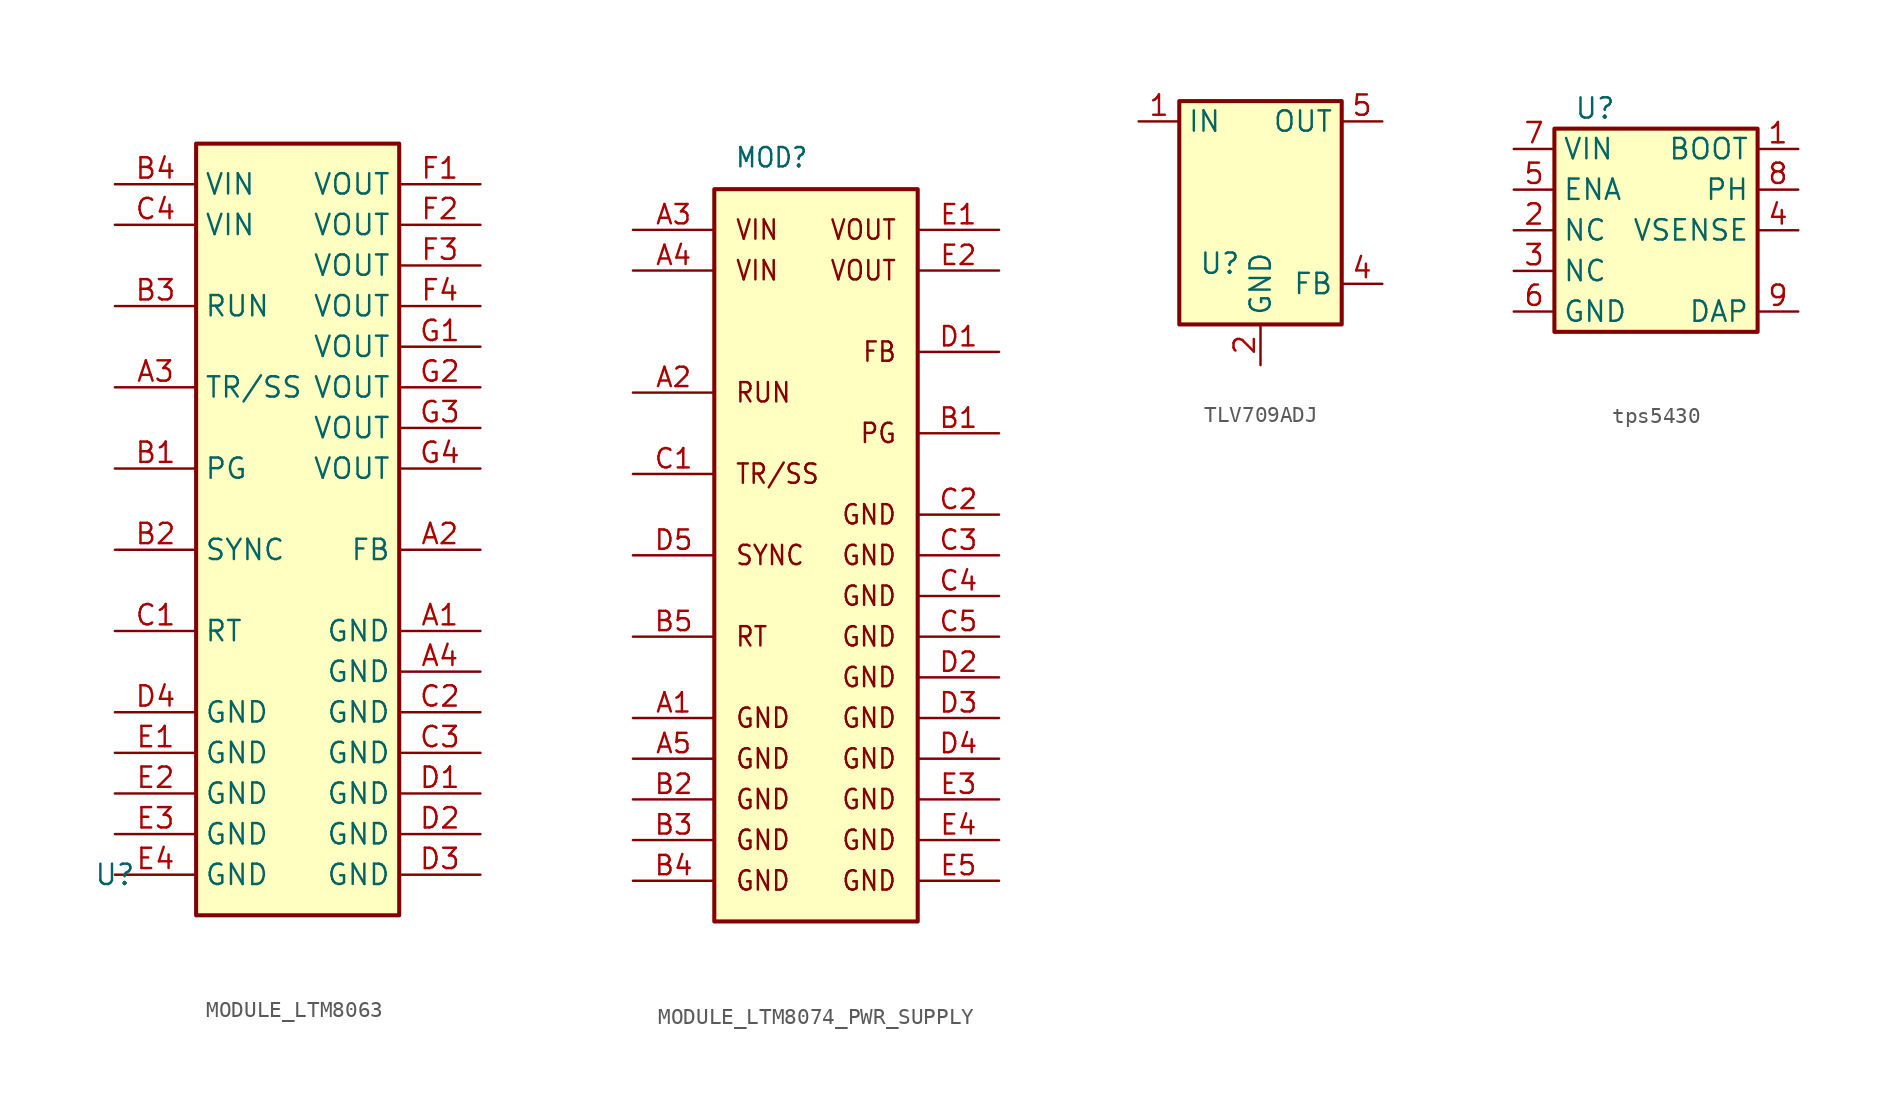
<source format=kicad_sym>
(kicad_symbol_lib
  (version 20231120)
  (generator "kicad_symbol_editor")
  (generator_version "8.0")
  (symbol "MODULE_LTM8063"
    (property "Reference" "U"
      (at 0 0 0)
      (effects (font (size 1.27 1.27))))
    (property "Value" ""
      (at 0 0 0)
      (effects (font (size 1.27 1.27))))
    (symbol "MODULE_LTM8063_1_1"
      (rectangle (start 5.08 45.72) (end 17.78 -2.54) (stroke (width 0.254) (type default)) (fill (type background)))
      (pin passive line (at 22.86 15.24 180) (length 5.08) (name "GND" (effects (font (size 1.27 1.27)))) (number "A1" (effects (font (size 1.27 1.27)))))
      (pin passive line (at 22.86 20.32 180) (length 5.08) (name "FB" (effects (font (size 1.27 1.27)))) (number "A2" (effects (font (size 1.27 1.27)))))
      (pin passive line (at 0 30.48 0) (length 5.08) (name "TR/SS" (effects (font (size 1.27 1.27)))) (number "A3" (effects (font (size 1.27 1.27)))))
      (pin passive line (at 22.86 12.7 180) (length 5.08) (name "GND" (effects (font (size 1.27 1.27)))) (number "A4" (effects (font (size 1.27 1.27)))))
      (pin passive line (at 0 25.4 0) (length 5.08) (name "PG" (effects (font (size 1.27 1.27)))) (number "B1" (effects (font (size 1.27 1.27)))))
      (pin passive line (at 0 20.32 0) (length 5.08) (name "SYNC" (effects (font (size 1.27 1.27)))) (number "B2" (effects (font (size 1.27 1.27)))))
      (pin passive line (at 0 35.56 0) (length 5.08) (name "RUN" (effects (font (size 1.27 1.27)))) (number "B3" (effects (font (size 1.27 1.27)))))
      (pin passive line (at 0 43.18 0) (length 5.08) (name "VIN" (effects (font (size 1.27 1.27)))) (number "B4" (effects (font (size 1.27 1.27)))))
      (pin passive line (at 0 15.24 0) (length 5.08) (name "RT" (effects (font (size 1.27 1.27)))) (number "C1" (effects (font (size 1.27 1.27)))))
      (pin passive line (at 22.86 10.16 180) (length 5.08) (name "GND" (effects (font (size 1.27 1.27)))) (number "C2" (effects (font (size 1.27 1.27)))))
      (pin passive line (at 22.86 7.62 180) (length 5.08) (name "GND" (effects (font (size 1.27 1.27)))) (number "C3" (effects (font (size 1.27 1.27)))))
      (pin passive line (at 0 40.64 0) (length 5.08) (name "VIN" (effects (font (size 1.27 1.27)))) (number "C4" (effects (font (size 1.27 1.27)))))
      (pin passive line (at 22.86 5.08 180) (length 5.08) (name "GND" (effects (font (size 1.27 1.27)))) (number "D1" (effects (font (size 1.27 1.27)))))
      (pin passive line (at 22.86 2.54 180) (length 5.08) (name "GND" (effects (font (size 1.27 1.27)))) (number "D2" (effects (font (size 1.27 1.27)))))
      (pin passive line (at 22.86 0 180) (length 5.08) (name "GND" (effects (font (size 1.27 1.27)))) (number "D3" (effects (font (size 1.27 1.27)))))
      (pin passive line (at 0 10.16 0) (length 5.08) (name "GND" (effects (font (size 1.27 1.27)))) (number "D4" (effects (font (size 1.27 1.27)))))
      (pin passive line (at 0 7.62 0) (length 5.08) (name "GND" (effects (font (size 1.27 1.27)))) (number "E1" (effects (font (size 1.27 1.27)))))
      (pin passive line (at 0 5.08 0) (length 5.08) (name "GND" (effects (font (size 1.27 1.27)))) (number "E2" (effects (font (size 1.27 1.27)))))
      (pin passive line (at 0 2.54 0) (length 5.08) (name "GND" (effects (font (size 1.27 1.27)))) (number "E3" (effects (font (size 1.27 1.27)))))
      (pin passive line (at 0 0 0) (length 5.08) (name "GND" (effects (font (size 1.27 1.27)))) (number "E4" (effects (font (size 1.27 1.27)))))
      (pin passive line (at 22.86 43.18 180) (length 5.08) (name "VOUT" (effects (font (size 1.27 1.27)))) (number "F1" (effects (font (size 1.27 1.27)))))
      (pin passive line (at 22.86 40.64 180) (length 5.08) (name "VOUT" (effects (font (size 1.27 1.27)))) (number "F2" (effects (font (size 1.27 1.27)))))
      (pin passive line (at 22.86 38.1 180) (length 5.08) (name "VOUT" (effects (font (size 1.27 1.27)))) (number "F3" (effects (font (size 1.27 1.27)))))
      (pin passive line (at 22.86 35.56 180) (length 5.08) (name "VOUT" (effects (font (size 1.27 1.27)))) (number "F4" (effects (font (size 1.27 1.27)))))
      (pin passive line (at 22.86 33.02 180) (length 5.08) (name "VOUT" (effects (font (size 1.27 1.27)))) (number "G1" (effects (font (size 1.27 1.27)))))
      (pin passive line (at 22.86 30.48 180) (length 5.08) (name "VOUT" (effects (font (size 1.27 1.27)))) (number "G2" (effects (font (size 1.27 1.27)))))
      (pin passive line (at 22.86 27.94 180) (length 5.08) (name "VOUT" (effects (font (size 1.27 1.27)))) (number "G3" (effects (font (size 1.27 1.27)))))
      (pin passive line (at 22.86 25.4 180) (length 5.08) (name "VOUT" (effects (font (size 1.27 1.27)))) (number "G4" (effects (font (size 1.27 1.27)))))))
  (symbol "MODULE_LTM8074_PWR_SUPPLY"
    (property "Reference" "MOD"
      (at 6.35 44.45 0)
      (effects (font (size 1.206 1.092) (thickness 0.152)) (justify left bottom)))
    (symbol "MODULE_LTM8074_PWR_SUPPLY_1_0"
      (polyline (pts (xy 5.08 -2.54) (xy 17.78 -2.54) (xy 17.78 43.18) (xy 5.08 43.18) (xy 5.08 -2.54)) (stroke (width 0.254) (type solid)) (fill (type background)))
      (text "FB" (at 16.51 33.02 0) (effects (font (size 1.206 1.092) (thickness 0.152)) (justify right)))
      (text "GND" (at 6.35 0 0) (effects (font (size 1.206 1.092) (thickness 0.152)) (justify left)))
      (text "GND" (at 6.35 2.54 0) (effects (font (size 1.206 1.092) (thickness 0.152)) (justify left)))
      (text "GND" (at 6.35 5.08 0) (effects (font (size 1.206 1.092) (thickness 0.152)) (justify left)))
      (text "GND" (at 6.35 7.62 0) (effects (font (size 1.206 1.092) (thickness 0.152)) (justify left)))
      (text "GND" (at 6.35 10.16 0) (effects (font (size 1.206 1.092) (thickness 0.152)) (justify left)))
      (text "GND" (at 16.51 0 0) (effects (font (size 1.206 1.092) (thickness 0.152)) (justify right)))
      (text "GND" (at 16.51 2.54 0) (effects (font (size 1.206 1.092) (thickness 0.152)) (justify right)))
      (text "GND" (at 16.51 5.08 0) (effects (font (size 1.206 1.092) (thickness 0.152)) (justify right)))
      (text "GND" (at 16.51 7.62 0) (effects (font (size 1.206 1.092) (thickness 0.152)) (justify right)))
      (text "GND" (at 16.51 10.16 0) (effects (font (size 1.206 1.092) (thickness 0.152)) (justify right)))
      (text "GND" (at 16.51 12.7 0) (effects (font (size 1.206 1.092) (thickness 0.152)) (justify right)))
      (text "GND" (at 16.51 15.24 0) (effects (font (size 1.206 1.092) (thickness 0.152)) (justify right)))
      (text "GND" (at 16.51 17.78 0) (effects (font (size 1.206 1.092) (thickness 0.152)) (justify right)))
      (text "GND" (at 16.51 20.32 0) (effects (font (size 1.206 1.092) (thickness 0.152)) (justify right)))
      (text "GND" (at 16.51 22.86 0) (effects (font (size 1.206 1.092) (thickness 0.152)) (justify right)))
      (text "PG" (at 16.51 27.94 0) (effects (font (size 1.206 1.092) (thickness 0.152)) (justify right)))
      (text "RT" (at 6.35 15.24 0) (effects (font (size 1.206 1.092) (thickness 0.152)) (justify left)))
      (text "RUN" (at 6.35 30.48 0) (effects (font (size 1.206 1.092) (thickness 0.152)) (justify left)))
      (text "SYNC" (at 6.35 20.32 0) (effects (font (size 1.206 1.092) (thickness 0.152)) (justify left)))
      (text "TR/SS" (at 6.35 25.4 0) (effects (font (size 1.206 1.092) (thickness 0.152)) (justify left)))
      (text "VIN" (at 6.35 38.1 0) (effects (font (size 1.206 1.092) (thickness 0.152)) (justify left)))
      (text "VIN" (at 6.35 40.64 0) (effects (font (size 1.206 1.092) (thickness 0.152)) (justify left)))
      (text "VOUT" (at 16.51 38.1 0) (effects (font (size 1.206 1.092) (thickness 0.152)) (justify right)))
      (text "VOUT" (at 16.51 40.64 0) (effects (font (size 1.206 1.092) (thickness 0.152)) (justify right)))
      (pin passive line (at 0 10.16 0) (length 5.08) (name "" (effects (font (size 1.206 1.206)))) (number "A1" (effects (font (size 1.206 1.206)))))
      (pin passive line (at 0 30.48 0) (length 5.08) (name "" (effects (font (size 1.206 1.206)))) (number "A2" (effects (font (size 1.206 1.206)))))
      (pin passive line (at 0 40.64 0) (length 5.08) (name "" (effects (font (size 1.206 1.206)))) (number "A3" (effects (font (size 1.206 1.206)))))
      (pin passive line (at 0 38.1 0) (length 5.08) (name "" (effects (font (size 1.206 1.206)))) (number "A4" (effects (font (size 1.206 1.206)))))
      (pin passive line (at 0 7.62 0) (length 5.08) (name "" (effects (font (size 1.206 1.206)))) (number "A5" (effects (font (size 1.206 1.206)))))
      (pin passive line (at 22.86 27.94 180) (length 5.08) (name "" (effects (font (size 1.206 1.206)))) (number "B1" (effects (font (size 1.206 1.206)))))
      (pin passive line (at 0 5.08 0) (length 5.08) (name "" (effects (font (size 1.206 1.206)))) (number "B2" (effects (font (size 1.206 1.206)))))
      (pin passive line (at 0 2.54 0) (length 5.08) (name "" (effects (font (size 1.206 1.206)))) (number "B3" (effects (font (size 1.206 1.206)))))
      (pin passive line (at 0 0 0) (length 5.08) (name "" (effects (font (size 1.206 1.206)))) (number "B4" (effects (font (size 1.206 1.206)))))
      (pin passive line (at 0 15.24 0) (length 5.08) (name "" (effects (font (size 1.206 1.206)))) (number "B5" (effects (font (size 1.206 1.206)))))
      (pin passive line (at 0 25.4 0) (length 5.08) (name "" (effects (font (size 1.206 1.206)))) (number "C1" (effects (font (size 1.206 1.206)))))
      (pin passive line (at 22.86 22.86 180) (length 5.08) (name "" (effects (font (size 1.206 1.206)))) (number "C2" (effects (font (size 1.206 1.206)))))
      (pin passive line (at 22.86 20.32 180) (length 5.08) (name "" (effects (font (size 1.206 1.206)))) (number "C3" (effects (font (size 1.206 1.206)))))
      (pin passive line (at 22.86 17.78 180) (length 5.08) (name "" (effects (font (size 1.206 1.206)))) (number "C4" (effects (font (size 1.206 1.206)))))
      (pin passive line (at 22.86 15.24 180) (length 5.08) (name "" (effects (font (size 1.206 1.206)))) (number "C5" (effects (font (size 1.206 1.206)))))
      (pin passive line (at 22.86 33.02 180) (length 5.08) (name "" (effects (font (size 1.206 1.206)))) (number "D1" (effects (font (size 1.206 1.206)))))
      (pin passive line (at 22.86 12.7 180) (length 5.08) (name "" (effects (font (size 1.206 1.206)))) (number "D2" (effects (font (size 1.206 1.206)))))
      (pin passive line (at 22.86 10.16 180) (length 5.08) (name "" (effects (font (size 1.206 1.206)))) (number "D3" (effects (font (size 1.206 1.206)))))
      (pin passive line (at 22.86 7.62 180) (length 5.08) (name "" (effects (font (size 1.206 1.206)))) (number "D4" (effects (font (size 1.206 1.206)))))
      (pin passive line (at 0 20.32 0) (length 5.08) (name "" (effects (font (size 1.206 1.206)))) (number "D5" (effects (font (size 1.206 1.206)))))
      (pin passive line (at 22.86 40.64 180) (length 5.08) (name "" (effects (font (size 1.206 1.206)))) (number "E1" (effects (font (size 1.206 1.206)))))
      (pin passive line (at 22.86 38.1 180) (length 5.08) (name "" (effects (font (size 1.206 1.206)))) (number "E2" (effects (font (size 1.206 1.206)))))
      (pin passive line (at 22.86 5.08 180) (length 5.08) (name "" (effects (font (size 1.206 1.206)))) (number "E3" (effects (font (size 1.206 1.206)))))
      (pin passive line (at 22.86 2.54 180) (length 5.08) (name "" (effects (font (size 1.206 1.206)))) (number "E4" (effects (font (size 1.206 1.206)))))
      (pin passive line (at 22.86 0 180) (length 5.08) (name "" (effects (font (size 1.206 1.206)))) (number "E5" (effects (font (size 1.206 1.206)))))))
  (symbol "TLV709ADJ"
    (property "Reference" "U"
      (at -2.54 6.35 0)
      (effects (font (size 1.27 1.27))))
    (property "Value" ""
      (at -5.08 7.62 0)
      (effects (font (size 1.27 1.27))))
    (symbol "TLV709ADJ_0_1"
      (rectangle (start -5.08 16.51) (end 5.08 2.54) (stroke (width 0.254) (type default)) (fill (type background))))
    (symbol "TLV709ADJ_1_1"
      (pin input line (at -7.62 15.24 0) (length 2.54) (name "IN" (effects (font (size 1.27 1.27)))) (number "1" (effects (font (size 1.27 1.27)))))
      (pin input line (at 0 0 90) (length 2.54) (name "GND" (effects (font (size 1.27 1.27)))) (number "2" (effects (font (size 1.27 1.27)))))
      (pin input line (at 7.62 5.08 180) (length 2.54) (name "FB" (effects (font (size 1.27 1.27)))) (number "4" (effects (font (size 1.27 1.27)))))
      (pin input line (at 7.62 15.24 180) (length 2.54) (name "OUT" (effects (font (size 1.27 1.27)))) (number "5" (effects (font (size 1.27 1.27)))))))
  (symbol "tps5430"
    (property "Reference" "U"
      (at 5.08 12.7 0)
      (effects (font (size 1.27 1.27))))
    (property "Value" ""
      (at 6.35 6.35 0)
      (effects (font (size 1.27 1.27))))
    (symbol "tps5430_1_1"
      (rectangle (start 2.54 11.43) (end 15.24 -1.27) (stroke (width 0.254) (type default)) (fill (type background)))
      (pin passive line (at 17.78 10.16 180) (length 2.54) (name "BOOT" (effects (font (size 1.27 1.27)))) (number "1" (effects (font (size 1.27 1.27)))))
      (pin passive line (at 0 5.08 0) (length 2.54) (name "NC" (effects (font (size 1.27 1.27)))) (number "2" (effects (font (size 1.27 1.27)))))
      (pin passive line (at 0 2.54 0) (length 2.54) (name "NC" (effects (font (size 1.27 1.27)))) (number "3" (effects (font (size 1.27 1.27)))))
      (pin passive line (at 17.78 5.08 180) (length 2.54) (name "VSENSE" (effects (font (size 1.27 1.27)))) (number "4" (effects (font (size 1.27 1.27)))))
      (pin input line (at 0 7.62 0) (length 2.54) (name "ENA" (effects (font (size 1.27 1.27)))) (number "5" (effects (font (size 1.27 1.27)))))
      (pin power_in line (at 0 0 0) (length 2.54) (name "GND" (effects (font (size 1.27 1.27)))) (number "6" (effects (font (size 1.27 1.27)))))
      (pin no_connect line (at 8.89 -3.81 90) (length 2.54) hide (name "NC" (effects (font (size 1.27 1.27)))) (number "7" (effects (font (size 1.27 1.27)))))
      (pin power_in line (at 0 10.16 0) (length 2.54) (name "VIN" (effects (font (size 1.27 1.27)))) (number "7" (effects (font (size 1.27 1.27)))))
      (pin passive line (at 17.78 7.62 180) (length 2.54) (name "PH" (effects (font (size 1.27 1.27)))) (number "8" (effects (font (size 1.27 1.27)))))
      (pin passive line (at 17.78 0 180) (length 2.54) (name "DAP" (effects (font (size 1.27 1.27)))) (number "9" (effects (font (size 1.27 1.27))))))))
</source>
